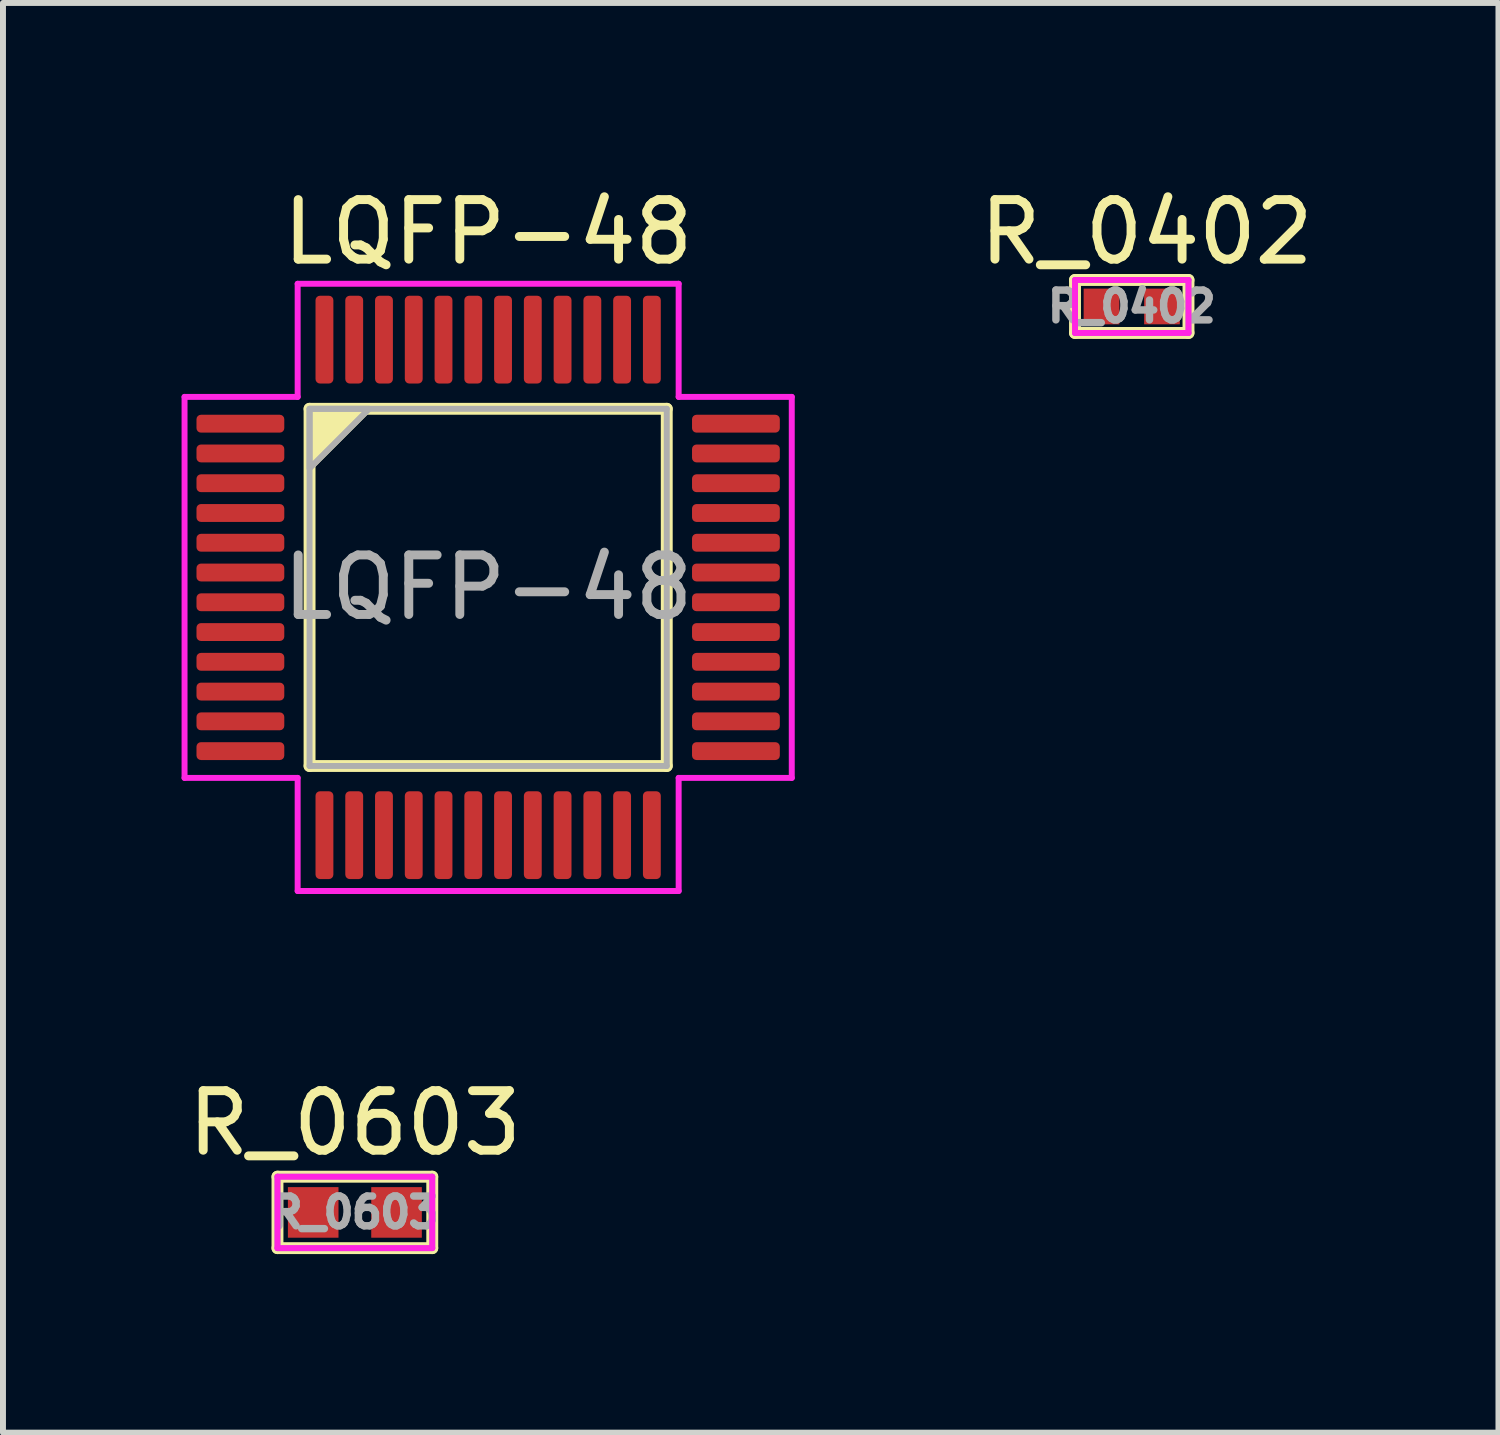
<source format=kicad_pcb>
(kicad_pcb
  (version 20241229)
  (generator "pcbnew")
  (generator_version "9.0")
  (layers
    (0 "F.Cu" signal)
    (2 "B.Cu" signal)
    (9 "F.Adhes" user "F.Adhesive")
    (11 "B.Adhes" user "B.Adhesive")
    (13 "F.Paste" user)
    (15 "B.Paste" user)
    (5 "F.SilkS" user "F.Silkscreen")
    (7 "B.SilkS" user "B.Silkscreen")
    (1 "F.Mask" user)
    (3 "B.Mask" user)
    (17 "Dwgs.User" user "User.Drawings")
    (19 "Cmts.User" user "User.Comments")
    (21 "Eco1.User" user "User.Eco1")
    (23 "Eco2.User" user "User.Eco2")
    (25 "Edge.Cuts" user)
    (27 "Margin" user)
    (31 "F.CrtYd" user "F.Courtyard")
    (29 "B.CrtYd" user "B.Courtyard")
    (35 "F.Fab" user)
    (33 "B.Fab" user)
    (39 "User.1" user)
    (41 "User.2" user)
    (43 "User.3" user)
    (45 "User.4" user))
  (footprint "R_0402"
    (layer "F.Cu")
    (at 15.961 2.098)
    (property "Reference" "R_0402" (at 0.25 -1.25 0) (layer "F.SilkS") (effects (font (size 1 1) (thickness 0.15))))
    (attr through_hole)
    (fp_line (start -0.953 -0.445) (end 0.953 -0.445) (stroke (width 0.2) (type solid)) (layer "F.SilkS"))
    (fp_line (start -0.953 0.445) (end -0.953 -0.445) (stroke (width 0.2) (type solid)) (layer "F.SilkS"))
    (fp_line (start 0.953 -0.445) (end 0.953 0.445) (stroke (width 0.2) (type solid)) (layer "F.SilkS"))
    (fp_line (start 0.953 0.445) (end -0.953 0.445) (stroke (width 0.2) (type solid)) (layer "F.SilkS"))
    (fp_line (start -0.953 -0.445) (end 0.953 -0.445) (stroke (width 0.1) (type solid)) (layer "F.CrtYd"))
    (fp_line (start -0.953 0.445) (end -0.953 -0.445) (stroke (width 0.1) (type solid)) (layer "F.CrtYd"))
    (fp_line (start 0.953 -0.445) (end 0.953 0.445) (stroke (width 0.1) (type solid)) (layer "F.CrtYd"))
    (fp_line (start 0.953 0.445) (end -0.953 0.445) (stroke (width 0.1) (type solid)) (layer "F.CrtYd"))
    (fp_line (start -0.953 -0.445) (end 0.953 -0.445) (stroke (width 0.1) (type solid)) (layer "F.Fab"))
    (fp_line (start -0.953 0.445) (end -0.953 -0.445) (stroke (width 0.1) (type solid)) (layer "F.Fab"))
    (fp_line (start 0.953 -0.445) (end 0.953 0.445) (stroke (width 0.1) (type solid)) (layer "F.Fab"))
    (fp_line (start 0.953 0.445) (end -0.953 0.445) (stroke (width 0.1) (type solid)) (layer "F.Fab"))
    (fp_text user "${REFERENCE}" (at 0 0 0) (layer "F.Fab") (effects (font (size 0.5 0.5) (thickness 0.125))))
    (pad "1" smd rect (at -0.508 0) (size 0.6 0.6) (layers "F.Cu" "F.Mask" "F.Paste"))
    (pad "2" smd rect (at 0.508 0) (size 0.6 0.6) (layers "F.Cu" "F.Mask" "F.Paste")))
  (footprint "LQFP-48"
    (layer "F.Cu")
    (at 5.15 6.817)
    (property "Reference" "LQFP-48" (at 0 -5.969 0) (layer "F.SilkS") (effects (font (size 1 1) (thickness 0.15))))
    (attr through_hole)
    (fp_line (start -3 -3) (end 3 -3) (stroke (width 0.2) (type solid)) (layer "F.SilkS"))
    (fp_line (start -3 3) (end -3 -3) (stroke (width 0.2) (type solid)) (layer "F.SilkS"))
    (fp_line (start 3 -3) (end 3 3) (stroke (width 0.2) (type solid)) (layer "F.SilkS"))
    (fp_line (start 3 3) (end -3 3) (stroke (width 0.2) (type solid)) (layer "F.SilkS"))
    (fp_poly (pts (xy -3 -2) (xy -3 -3) (xy -2 -3)) (stroke (width 0.1) (type solid)) (fill yes) (layer "F.SilkS"))
    (fp_line (start -5.1 -3.2) (end -5.1 3.2) (stroke (width 0.1) (type solid)) (layer "F.CrtYd"))
    (fp_line (start -5.1 3.2) (end -3.2 3.2) (stroke (width 0.1) (type solid)) (layer "F.CrtYd"))
    (fp_line (start -3.2 -5.1) (end -3.2 -3.2) (stroke (width 0.1) (type solid)) (layer "F.CrtYd"))
    (fp_line (start -3.2 -3.2) (end -5.1 -3.2) (stroke (width 0.1) (type solid)) (layer "F.CrtYd"))
    (fp_line (start -3.2 3.2) (end -3.2 5.1) (stroke (width 0.1) (type solid)) (layer "F.CrtYd"))
    (fp_line (start -3.2 5.1) (end 3.2 5.1) (stroke (width 0.1) (type solid)) (layer "F.CrtYd"))
    (fp_line (start 3.2 -5.1) (end -3.2 -5.1) (stroke (width 0.1) (type solid)) (layer "F.CrtYd"))
    (fp_line (start 3.2 -3.2) (end 3.2 -5.1) (stroke (width 0.1) (type solid)) (layer "F.CrtYd"))
    (fp_line (start 3.2 3.2) (end 5.1 3.2) (stroke (width 0.1) (type solid)) (layer "F.CrtYd"))
    (fp_line (start 3.2 5.1) (end 3.2 3.2) (stroke (width 0.1) (type solid)) (layer "F.CrtYd"))
    (fp_line (start 5.1 -3.2) (end 3.2 -3.2) (stroke (width 0.1) (type solid)) (layer "F.CrtYd"))
    (fp_line (start 5.1 3.2) (end 5.1 -3.2) (stroke (width 0.1) (type solid)) (layer "F.CrtYd"))
    (fp_line (start -3 -3) (end 3 -3) (stroke (width 0.1) (type solid)) (layer "F.Fab"))
    (fp_line (start -3 3) (end -3 -3) (stroke (width 0.1) (type solid)) (layer "F.Fab"))
    (fp_line (start 3 -3) (end 3 3) (stroke (width 0.1) (type solid)) (layer "F.Fab"))
    (fp_line (start 3 3) (end -3 3) (stroke (width 0.1) (type solid)) (layer "F.Fab"))
    (fp_poly (pts (xy -3 -2) (xy -3 -3) (xy -2 -3)) (stroke (width 0.1) (type solid)) (fill no) (layer "F.Fab"))
    (fp_text user "${REFERENCE}" (at 0 0 0) (layer "F.Fab") (effects (font (size 1 1) (thickness 0.15))))
    (pad "1" smd roundrect (at -4.162 -2.75) (size 1.475 0.3) (layers "F.Cu" "F.Mask" "F.Paste") (roundrect_rratio 0.25))
    (pad "2" smd roundrect (at -4.162 -2.25) (size 1.475 0.3) (layers "F.Cu" "F.Mask" "F.Paste") (roundrect_rratio 0.25))
    (pad "3" smd roundrect (at -4.162 -1.75) (size 1.475 0.3) (layers "F.Cu" "F.Mask" "F.Paste") (roundrect_rratio 0.25))
    (pad "4" smd roundrect (at -4.162 -1.25) (size 1.475 0.3) (layers "F.Cu" "F.Mask" "F.Paste") (roundrect_rratio 0.25))
    (pad "5" smd roundrect (at -4.162 -0.75) (size 1.475 0.3) (layers "F.Cu" "F.Mask" "F.Paste") (roundrect_rratio 0.25))
    (pad "6" smd roundrect (at -4.162 -0.25) (size 1.475 0.3) (layers "F.Cu" "F.Mask" "F.Paste") (roundrect_rratio 0.25))
    (pad "7" smd roundrect (at -4.162 0.25) (size 1.475 0.3) (layers "F.Cu" "F.Mask" "F.Paste") (roundrect_rratio 0.25))
    (pad "8" smd roundrect (at -4.162 0.75) (size 1.475 0.3) (layers "F.Cu" "F.Mask" "F.Paste") (roundrect_rratio 0.25))
    (pad "9" smd roundrect (at -4.162 1.25) (size 1.475 0.3) (layers "F.Cu" "F.Mask" "F.Paste") (roundrect_rratio 0.25))
    (pad "10" smd roundrect (at -4.162 1.75) (size 1.475 0.3) (layers "F.Cu" "F.Mask" "F.Paste") (roundrect_rratio 0.25))
    (pad "11" smd roundrect (at -4.162 2.25) (size 1.475 0.3) (layers "F.Cu" "F.Mask" "F.Paste") (roundrect_rratio 0.25))
    (pad "12" smd roundrect (at -4.162 2.75) (size 1.475 0.3) (layers "F.Cu" "F.Mask" "F.Paste") (roundrect_rratio 0.25))
    (pad "13" smd roundrect (at -2.75 4.162) (size 0.3 1.475) (layers "F.Cu" "F.Mask" "F.Paste") (roundrect_rratio 0.25))
    (pad "14" smd roundrect (at -2.25 4.162) (size 0.3 1.475) (layers "F.Cu" "F.Mask" "F.Paste") (roundrect_rratio 0.25))
    (pad "15" smd roundrect (at -1.75 4.162) (size 0.3 1.475) (layers "F.Cu" "F.Mask" "F.Paste") (roundrect_rratio 0.25))
    (pad "16" smd roundrect (at -1.25 4.162) (size 0.3 1.475) (layers "F.Cu" "F.Mask" "F.Paste") (roundrect_rratio 0.25))
    (pad "17" smd roundrect (at -0.75 4.162) (size 0.3 1.475) (layers "F.Cu" "F.Mask" "F.Paste") (roundrect_rratio 0.25))
    (pad "18" smd roundrect (at -0.25 4.162) (size 0.3 1.475) (layers "F.Cu" "F.Mask" "F.Paste") (roundrect_rratio 0.25))
    (pad "19" smd roundrect (at 0.25 4.162) (size 0.3 1.475) (layers "F.Cu" "F.Mask" "F.Paste") (roundrect_rratio 0.25))
    (pad "20" smd roundrect (at 0.75 4.162) (size 0.3 1.475) (layers "F.Cu" "F.Mask" "F.Paste") (roundrect_rratio 0.25))
    (pad "21" smd roundrect (at 1.25 4.162) (size 0.3 1.475) (layers "F.Cu" "F.Mask" "F.Paste") (roundrect_rratio 0.25))
    (pad "22" smd roundrect (at 1.75 4.162) (size 0.3 1.475) (layers "F.Cu" "F.Mask" "F.Paste") (roundrect_rratio 0.25))
    (pad "23" smd roundrect (at 2.25 4.162) (size 0.3 1.475) (layers "F.Cu" "F.Mask" "F.Paste") (roundrect_rratio 0.25))
    (pad "24" smd roundrect (at 2.75 4.162) (size 0.3 1.475) (layers "F.Cu" "F.Mask" "F.Paste") (roundrect_rratio 0.25))
    (pad "25" smd roundrect (at 4.162 2.75) (size 1.475 0.3) (layers "F.Cu" "F.Mask" "F.Paste") (roundrect_rratio 0.25))
    (pad "26" smd roundrect (at 4.162 2.25) (size 1.475 0.3) (layers "F.Cu" "F.Mask" "F.Paste") (roundrect_rratio 0.25))
    (pad "27" smd roundrect (at 4.162 1.75) (size 1.475 0.3) (layers "F.Cu" "F.Mask" "F.Paste") (roundrect_rratio 0.25))
    (pad "28" smd roundrect (at 4.162 1.25) (size 1.475 0.3) (layers "F.Cu" "F.Mask" "F.Paste") (roundrect_rratio 0.25))
    (pad "29" smd roundrect (at 4.162 0.75) (size 1.475 0.3) (layers "F.Cu" "F.Mask" "F.Paste") (roundrect_rratio 0.25))
    (pad "30" smd roundrect (at 4.162 0.25) (size 1.475 0.3) (layers "F.Cu" "F.Mask" "F.Paste") (roundrect_rratio 0.25))
    (pad "31" smd roundrect (at 4.162 -0.25) (size 1.475 0.3) (layers "F.Cu" "F.Mask" "F.Paste") (roundrect_rratio 0.25))
    (pad "32" smd roundrect (at 4.162 -0.75) (size 1.475 0.3) (layers "F.Cu" "F.Mask" "F.Paste") (roundrect_rratio 0.25))
    (pad "33" smd roundrect (at 4.162 -1.25) (size 1.475 0.3) (layers "F.Cu" "F.Mask" "F.Paste") (roundrect_rratio 0.25))
    (pad "34" smd roundrect (at 4.162 -1.75) (size 1.475 0.3) (layers "F.Cu" "F.Mask" "F.Paste") (roundrect_rratio 0.25))
    (pad "35" smd roundrect (at 4.162 -2.25) (size 1.475 0.3) (layers "F.Cu" "F.Mask" "F.Paste") (roundrect_rratio 0.25))
    (pad "36" smd roundrect (at 4.162 -2.75) (size 1.475 0.3) (layers "F.Cu" "F.Mask" "F.Paste") (roundrect_rratio 0.25))
    (pad "37" smd roundrect (at 2.75 -4.162) (size 0.3 1.475) (layers "F.Cu" "F.Mask" "F.Paste") (roundrect_rratio 0.25))
    (pad "38" smd roundrect (at 2.25 -4.162) (size 0.3 1.475) (layers "F.Cu" "F.Mask" "F.Paste") (roundrect_rratio 0.25))
    (pad "39" smd roundrect (at 1.75 -4.162) (size 0.3 1.475) (layers "F.Cu" "F.Mask" "F.Paste") (roundrect_rratio 0.25))
    (pad "40" smd roundrect (at 1.25 -4.162) (size 0.3 1.475) (layers "F.Cu" "F.Mask" "F.Paste") (roundrect_rratio 0.25))
    (pad "41" smd roundrect (at 0.75 -4.162) (size 0.3 1.475) (layers "F.Cu" "F.Mask" "F.Paste") (roundrect_rratio 0.25))
    (pad "42" smd roundrect (at 0.25 -4.162) (size 0.3 1.475) (layers "F.Cu" "F.Mask" "F.Paste") (roundrect_rratio 0.25))
    (pad "43" smd roundrect (at -0.25 -4.162) (size 0.3 1.475) (layers "F.Cu" "F.Mask" "F.Paste") (roundrect_rratio 0.25))
    (pad "44" smd roundrect (at -0.75 -4.162) (size 0.3 1.475) (layers "F.Cu" "F.Mask" "F.Paste") (roundrect_rratio 0.25))
    (pad "45" smd roundrect (at -1.25 -4.162) (size 0.3 1.475) (layers "F.Cu" "F.Mask" "F.Paste") (roundrect_rratio 0.25))
    (pad "46" smd roundrect (at -1.75 -4.162) (size 0.3 1.475) (layers "F.Cu" "F.Mask" "F.Paste") (roundrect_rratio 0.25))
    (pad "47" smd roundrect (at -2.25 -4.162) (size 0.3 1.475) (layers "F.Cu" "F.Mask" "F.Paste") (roundrect_rratio 0.25))
    (pad "48" smd roundrect (at -2.75 -4.162) (size 0.3 1.475) (layers "F.Cu" "F.Mask" "F.Paste") (roundrect_rratio 0.25)))
  (footprint "R_0603"
    (layer "F.Cu")
    (at 2.911 17.316)
    (property "Reference" "R_0603" (at 0 -1.5 0) (layer "F.SilkS") (effects (font (size 1 1) (thickness 0.15))))
    (attr through_hole)
    (fp_line (start -1.3 -0.6) (end -1.3 0.6) (stroke (width 0.2) (type solid)) (layer "F.SilkS"))
    (fp_line (start -1.3 0.6) (end 1.3 0.6) (stroke (width 0.2) (type solid)) (layer "F.SilkS"))
    (fp_line (start 1.3 -0.6) (end -1.3 -0.6) (stroke (width 0.2) (type solid)) (layer "F.SilkS"))
    (fp_line (start 1.3 0.6) (end 1.3 -0.6) (stroke (width 0.2) (type solid)) (layer "F.SilkS"))
    (fp_line (start -1.3 -0.6) (end -1.3 0.6) (stroke (width 0.1) (type solid)) (layer "F.CrtYd"))
    (fp_line (start -1.3 0.6) (end 1.3 0.6) (stroke (width 0.1) (type solid)) (layer "F.CrtYd"))
    (fp_line (start 1.3 -0.6) (end -1.3 -0.6) (stroke (width 0.1) (type solid)) (layer "F.CrtYd"))
    (fp_line (start 1.3 0.6) (end 1.3 -0.6) (stroke (width 0.1) (type solid)) (layer "F.CrtYd"))
    (fp_line (start -1.3 -0.6) (end -1.3 0.6) (stroke (width 0.1) (type solid)) (layer "F.Fab"))
    (fp_line (start -1.3 0.6) (end 1.3 0.6) (stroke (width 0.1) (type solid)) (layer "F.Fab"))
    (fp_line (start 1.3 -0.6) (end -1.3 -0.6) (stroke (width 0.1) (type solid)) (layer "F.Fab"))
    (fp_line (start 1.3 0.6) (end 1.3 -0.6) (stroke (width 0.1) (type solid)) (layer "F.Fab"))
    (fp_text user "${REFERENCE}" (at 0 0 0) (layer "F.Fab") (effects (font (size 0.5 0.5) (thickness 0.125))))
    (pad "1" smd rect (at -0.7 0) (size 0.85 0.85) (layers "F.Cu" "F.Mask" "F.Paste"))
    (pad "2" smd rect (at 0.7 0) (size 0.85 0.85) (layers "F.Cu" "F.Mask" "F.Paste")))
  (gr_rect
    (start -3 -3)
    (end 22.121 21.015)
    (stroke (width 0.1) (type default))
    (fill no)
    (layer "Edge.Cuts")))
</source>
